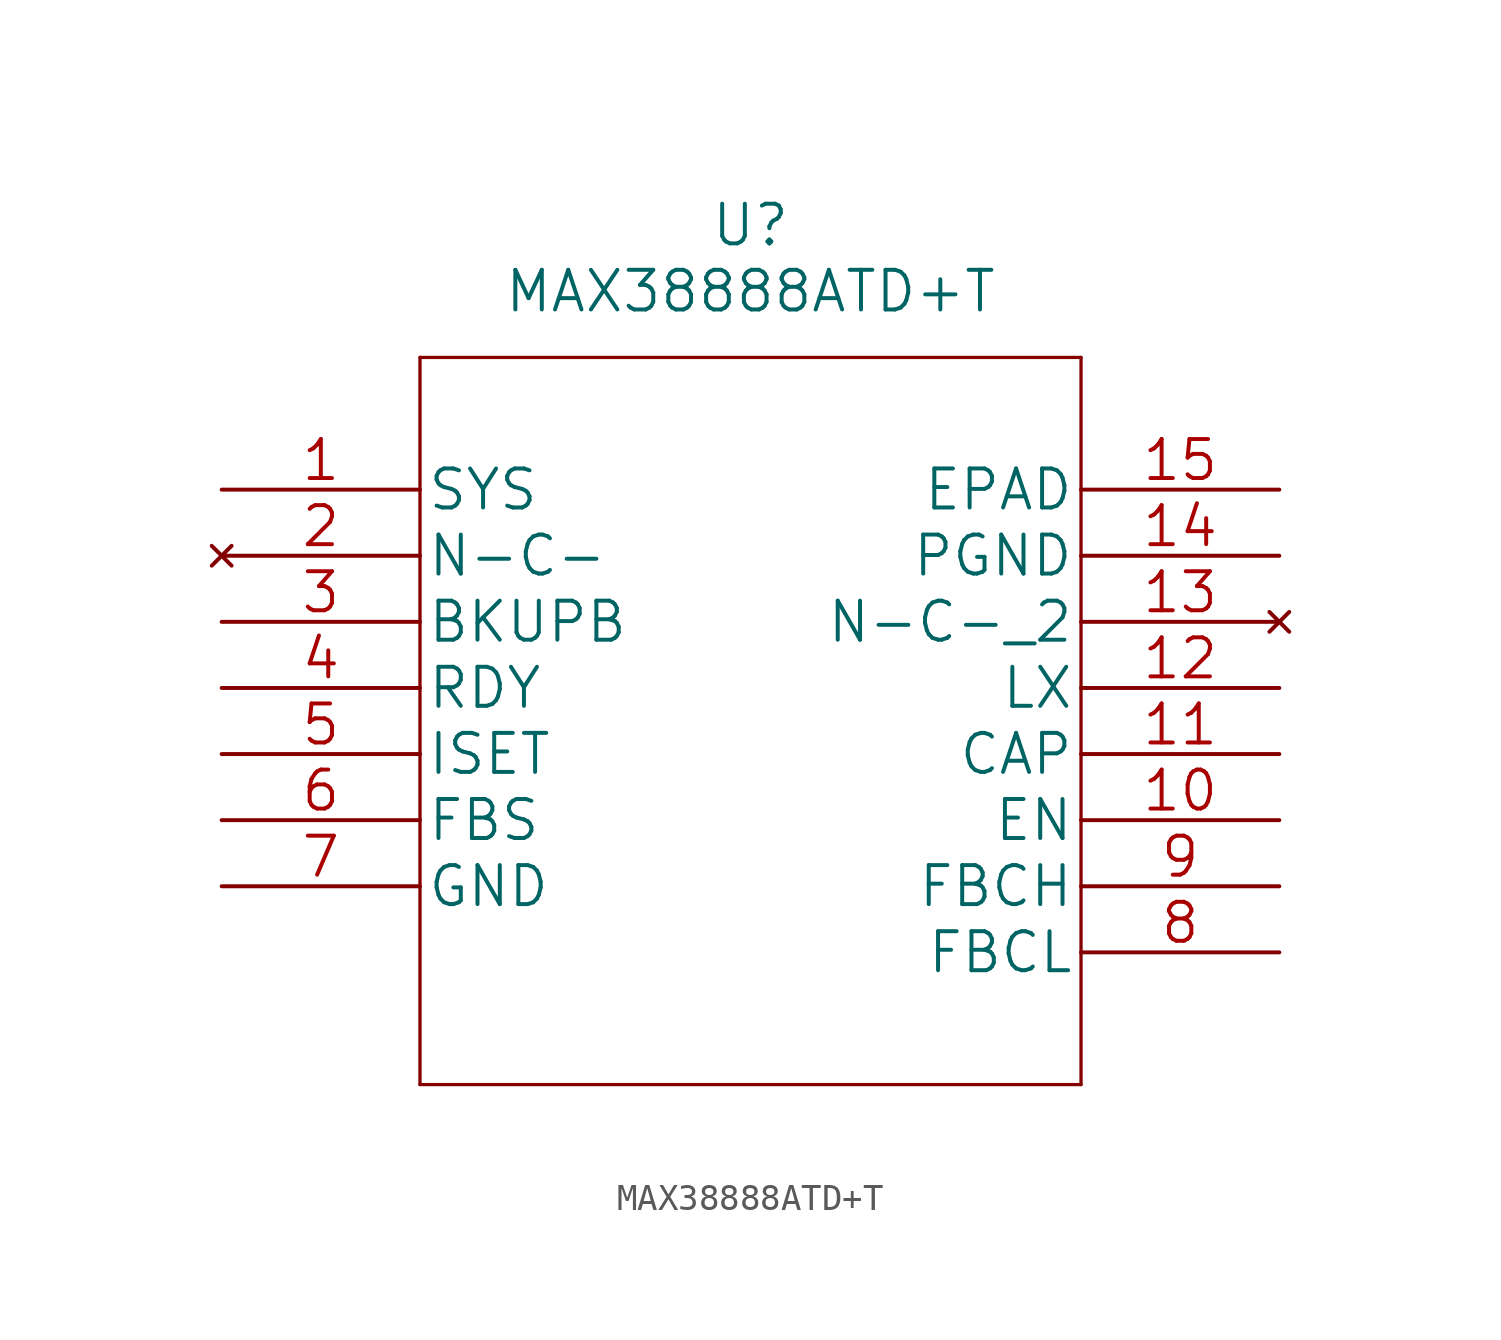
<source format=kicad_sym>
(kicad_symbol_lib
  (version 20220914)
  (generator kicad_symbol_editor)
  (symbol "MAX38888ATD+T"
    (pin_names
      (offset 0.254))
    (property "Reference" "U"
      (at 20.32 10.16 0)
      (effects (font (size 1.524 1.524))))
    (property "Value" "MAX38888ATD+T"
      (at 20.32 7.62 0)
      (effects (font (size 1.524 1.524))))
    (symbol "MAX38888ATD+T_1_1"
      (polyline (pts (xy 7.62 -22.86) (xy 33.02 -22.86)) (stroke (width 0.127) (type solid)) (fill (type none)))
      (polyline (pts (xy 7.62 5.08) (xy 7.62 -22.86)) (stroke (width 0.127) (type solid)) (fill (type none)))
      (polyline (pts (xy 33.02 -22.86) (xy 33.02 5.08)) (stroke (width 0.127) (type solid)) (fill (type none)))
      (polyline (pts (xy 33.02 5.08) (xy 7.62 5.08)) (stroke (width 0.127) (type solid)) (fill (type none)))
      (pin unspecified line (at 0 0 0) (length 7.62) (name "SYS" (effects (font (size 1.499 1.499)))) (number "1" (effects (font (size 1.499 1.499)))))
      (pin unspecified line (at 40.64 -12.7 180) (length 7.62) (name "EN" (effects (font (size 1.499 1.499)))) (number "10" (effects (font (size 1.499 1.499)))))
      (pin unspecified line (at 40.64 -10.16 180) (length 7.62) (name "CAP" (effects (font (size 1.499 1.499)))) (number "11" (effects (font (size 1.499 1.499)))))
      (pin unspecified line (at 40.64 -7.62 180) (length 7.62) (name "LX" (effects (font (size 1.499 1.499)))) (number "12" (effects (font (size 1.499 1.499)))))
      (pin no_connect line (at 40.64 -5.08 180) (length 7.62) (name "N-C-_2" (effects (font (size 1.499 1.499)))) (number "13" (effects (font (size 1.499 1.499)))))
      (pin power_in line (at 40.64 -2.54 180) (length 7.62) (name "PGND" (effects (font (size 1.499 1.499)))) (number "14" (effects (font (size 1.499 1.499)))))
      (pin unspecified line (at 40.64 0 180) (length 7.62) (name "EPAD" (effects (font (size 1.499 1.499)))) (number "15" (effects (font (size 1.499 1.499)))))
      (pin no_connect line (at 0 -2.54 0) (length 7.62) (name "N-C-" (effects (font (size 1.499 1.499)))) (number "2" (effects (font (size 1.499 1.499)))))
      (pin unspecified line (at 0 -5.08 0) (length 7.62) (name "BKUPB" (effects (font (size 1.499 1.499)))) (number "3" (effects (font (size 1.499 1.499)))))
      (pin unspecified line (at 0 -7.62 0) (length 7.62) (name "RDY" (effects (font (size 1.499 1.499)))) (number "4" (effects (font (size 1.499 1.499)))))
      (pin unspecified line (at 0 -10.16 0) (length 7.62) (name "ISET" (effects (font (size 1.499 1.499)))) (number "5" (effects (font (size 1.499 1.499)))))
      (pin unspecified line (at 0 -12.7 0) (length 7.62) (name "FBS" (effects (font (size 1.499 1.499)))) (number "6" (effects (font (size 1.499 1.499)))))
      (pin power_in line (at 0 -15.24 0) (length 7.62) (name "GND" (effects (font (size 1.499 1.499)))) (number "7" (effects (font (size 1.499 1.499)))))
      (pin unspecified line (at 40.64 -17.78 180) (length 7.62) (name "FBCL" (effects (font (size 1.499 1.499)))) (number "8" (effects (font (size 1.499 1.499)))))
      (pin unspecified line (at 40.64 -15.24 180) (length 7.62) (name "FBCH" (effects (font (size 1.499 1.499)))) (number "9" (effects (font (size 1.499 1.499))))))))
</source>
